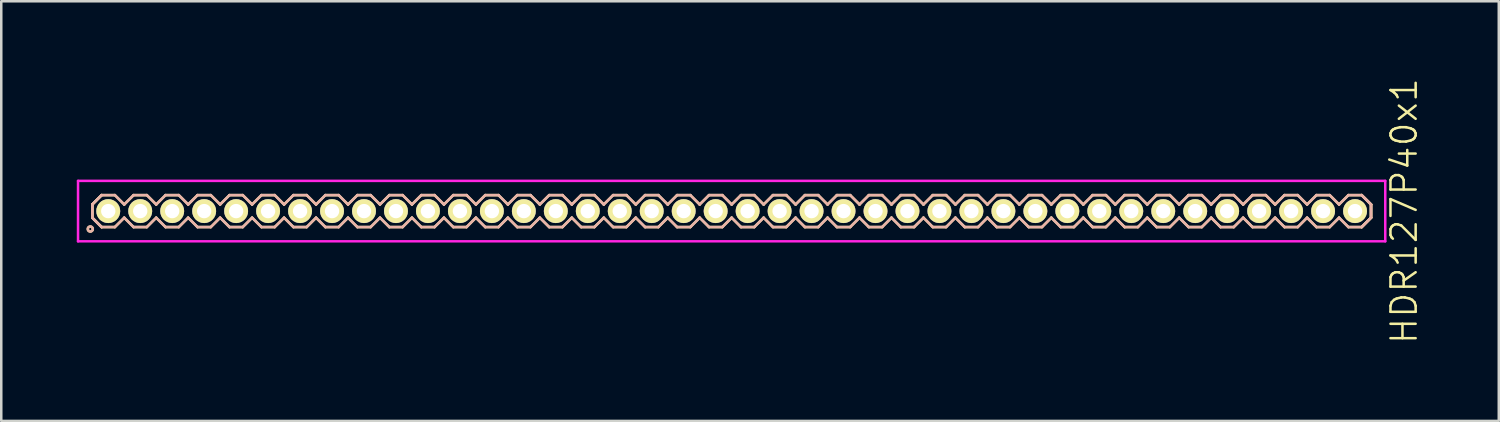
<source format=kicad_pcb>
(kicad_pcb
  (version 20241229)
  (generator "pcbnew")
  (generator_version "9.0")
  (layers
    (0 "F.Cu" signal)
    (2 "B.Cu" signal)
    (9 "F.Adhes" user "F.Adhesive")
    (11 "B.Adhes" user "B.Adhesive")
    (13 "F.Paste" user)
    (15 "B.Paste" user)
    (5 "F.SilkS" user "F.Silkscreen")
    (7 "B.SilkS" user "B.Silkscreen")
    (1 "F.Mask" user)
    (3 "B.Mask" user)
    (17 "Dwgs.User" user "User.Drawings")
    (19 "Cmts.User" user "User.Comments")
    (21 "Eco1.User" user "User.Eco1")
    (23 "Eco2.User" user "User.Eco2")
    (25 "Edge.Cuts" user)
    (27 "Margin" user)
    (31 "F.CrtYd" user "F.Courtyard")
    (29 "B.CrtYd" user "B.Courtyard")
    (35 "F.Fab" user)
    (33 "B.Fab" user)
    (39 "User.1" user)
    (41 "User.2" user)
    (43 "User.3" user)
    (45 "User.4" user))
  (footprint "HDR127P40x1"
    (layer "F.Cu")
    (at 26.015 5.336)
    (property "Reference" "HDR127P40x1" (at 26.715 0 90) (layer "F.SilkS") (effects (font (size 1 1) (thickness 0.1))))
    (attr through_hole)
    (fp_line (start -25.4 -0.263) (end -25.028 -0.635) (stroke (width 0.1) (type solid)) (layer "F.SilkS"))
    (fp_line (start -25.4 -0.263) (end -25.028 -0.635) (stroke (width 0.1) (type solid)) (layer "F.SilkS"))
    (fp_line (start -25.4 0.263) (end -25.4 -0.263) (stroke (width 0.1) (type solid)) (layer "F.SilkS"))
    (fp_line (start -25.4 0.263) (end -25.4 -0.263) (stroke (width 0.1) (type solid)) (layer "F.SilkS"))
    (fp_line (start -25.028 -0.635) (end -24.502 -0.635) (stroke (width 0.1) (type solid)) (layer "F.SilkS"))
    (fp_line (start -25.028 0.635) (end -25.4 0.263) (stroke (width 0.1) (type solid)) (layer "F.SilkS"))
    (fp_line (start -25.028 0.635) (end -25.4 0.263) (stroke (width 0.1) (type solid)) (layer "F.SilkS"))
    (fp_line (start -24.502 -0.635) (end -24.13 -0.263) (stroke (width 0.1) (type solid)) (layer "F.SilkS"))
    (fp_line (start -24.502 0.635) (end -25.028 0.635) (stroke (width 0.1) (type solid)) (layer "F.SilkS"))
    (fp_line (start -24.13 -0.263) (end -23.758 -0.635) (stroke (width 0.1) (type solid)) (layer "F.SilkS"))
    (fp_line (start -24.13 0.263) (end -24.502 0.635) (stroke (width 0.1) (type solid)) (layer "F.SilkS"))
    (fp_line (start -23.758 -0.635) (end -23.232 -0.635) (stroke (width 0.1) (type solid)) (layer "F.SilkS"))
    (fp_line (start -23.758 0.635) (end -24.13 0.263) (stroke (width 0.1) (type solid)) (layer "F.SilkS"))
    (fp_line (start -23.232 -0.635) (end -22.86 -0.263) (stroke (width 0.1) (type solid)) (layer "F.SilkS"))
    (fp_line (start -23.232 0.635) (end -23.758 0.635) (stroke (width 0.1) (type solid)) (layer "F.SilkS"))
    (fp_line (start -22.86 -0.263) (end -22.488 -0.635) (stroke (width 0.1) (type solid)) (layer "F.SilkS"))
    (fp_line (start -22.86 0.263) (end -23.232 0.635) (stroke (width 0.1) (type solid)) (layer "F.SilkS"))
    (fp_line (start -22.488 -0.635) (end -21.962 -0.635) (stroke (width 0.1) (type solid)) (layer "F.SilkS"))
    (fp_line (start -22.488 0.635) (end -22.86 0.263) (stroke (width 0.1) (type solid)) (layer "F.SilkS"))
    (fp_line (start -21.962 -0.635) (end -21.59 -0.263) (stroke (width 0.1) (type solid)) (layer "F.SilkS"))
    (fp_line (start -21.962 0.635) (end -22.488 0.635) (stroke (width 0.1) (type solid)) (layer "F.SilkS"))
    (fp_line (start -21.59 -0.263) (end -21.218 -0.635) (stroke (width 0.1) (type solid)) (layer "F.SilkS"))
    (fp_line (start -21.59 0.263) (end -21.962 0.635) (stroke (width 0.1) (type solid)) (layer "F.SilkS"))
    (fp_line (start -21.218 -0.635) (end -20.692 -0.635) (stroke (width 0.1) (type solid)) (layer "F.SilkS"))
    (fp_line (start -21.218 0.635) (end -21.59 0.263) (stroke (width 0.1) (type solid)) (layer "F.SilkS"))
    (fp_line (start -20.692 -0.635) (end -20.32 -0.263) (stroke (width 0.1) (type solid)) (layer "F.SilkS"))
    (fp_line (start -20.692 0.635) (end -21.218 0.635) (stroke (width 0.1) (type solid)) (layer "F.SilkS"))
    (fp_line (start -20.32 -0.263) (end -19.948 -0.635) (stroke (width 0.1) (type solid)) (layer "F.SilkS"))
    (fp_line (start -20.32 0.263) (end -20.692 0.635) (stroke (width 0.1) (type solid)) (layer "F.SilkS"))
    (fp_line (start -19.948 -0.635) (end -19.422 -0.635) (stroke (width 0.1) (type solid)) (layer "F.SilkS"))
    (fp_line (start -19.948 0.635) (end -20.32 0.263) (stroke (width 0.1) (type solid)) (layer "F.SilkS"))
    (fp_line (start -19.422 -0.635) (end -19.05 -0.263) (stroke (width 0.1) (type solid)) (layer "F.SilkS"))
    (fp_line (start -19.422 0.635) (end -19.948 0.635) (stroke (width 0.1) (type solid)) (layer "F.SilkS"))
    (fp_line (start -19.05 -0.263) (end -18.678 -0.635) (stroke (width 0.1) (type solid)) (layer "F.SilkS"))
    (fp_line (start -19.05 0.263) (end -19.422 0.635) (stroke (width 0.1) (type solid)) (layer "F.SilkS"))
    (fp_line (start -18.678 -0.635) (end -18.152 -0.635) (stroke (width 0.1) (type solid)) (layer "F.SilkS"))
    (fp_line (start -18.678 0.635) (end -19.05 0.263) (stroke (width 0.1) (type solid)) (layer "F.SilkS"))
    (fp_line (start -18.152 -0.635) (end -17.78 -0.263) (stroke (width 0.1) (type solid)) (layer "F.SilkS"))
    (fp_line (start -18.152 0.635) (end -18.678 0.635) (stroke (width 0.1) (type solid)) (layer "F.SilkS"))
    (fp_line (start -17.78 -0.263) (end -17.408 -0.635) (stroke (width 0.1) (type solid)) (layer "F.SilkS"))
    (fp_line (start -17.78 0.263) (end -18.152 0.635) (stroke (width 0.1) (type solid)) (layer "F.SilkS"))
    (fp_line (start -17.408 -0.635) (end -16.882 -0.635) (stroke (width 0.1) (type solid)) (layer "F.SilkS"))
    (fp_line (start -17.408 0.635) (end -17.78 0.263) (stroke (width 0.1) (type solid)) (layer "F.SilkS"))
    (fp_line (start -16.882 -0.635) (end -16.51 -0.263) (stroke (width 0.1) (type solid)) (layer "F.SilkS"))
    (fp_line (start -16.882 0.635) (end -17.408 0.635) (stroke (width 0.1) (type solid)) (layer "F.SilkS"))
    (fp_line (start -16.51 -0.263) (end -16.138 -0.635) (stroke (width 0.1) (type solid)) (layer "F.SilkS"))
    (fp_line (start -16.51 0.263) (end -16.882 0.635) (stroke (width 0.1) (type solid)) (layer "F.SilkS"))
    (fp_line (start -16.138 -0.635) (end -15.612 -0.635) (stroke (width 0.1) (type solid)) (layer "F.SilkS"))
    (fp_line (start -16.138 0.635) (end -16.51 0.263) (stroke (width 0.1) (type solid)) (layer "F.SilkS"))
    (fp_line (start -15.612 -0.635) (end -15.24 -0.263) (stroke (width 0.1) (type solid)) (layer "F.SilkS"))
    (fp_line (start -15.612 0.635) (end -16.138 0.635) (stroke (width 0.1) (type solid)) (layer "F.SilkS"))
    (fp_line (start -15.24 -0.263) (end -14.868 -0.635) (stroke (width 0.1) (type solid)) (layer "F.SilkS"))
    (fp_line (start -15.24 0.263) (end -15.612 0.635) (stroke (width 0.1) (type solid)) (layer "F.SilkS"))
    (fp_line (start -14.868 -0.635) (end -14.342 -0.635) (stroke (width 0.1) (type solid)) (layer "F.SilkS"))
    (fp_line (start -14.868 0.635) (end -15.24 0.263) (stroke (width 0.1) (type solid)) (layer "F.SilkS"))
    (fp_line (start -14.342 -0.635) (end -13.97 -0.263) (stroke (width 0.1) (type solid)) (layer "F.SilkS"))
    (fp_line (start -14.342 0.635) (end -14.868 0.635) (stroke (width 0.1) (type solid)) (layer "F.SilkS"))
    (fp_line (start -13.97 -0.263) (end -13.598 -0.635) (stroke (width 0.1) (type solid)) (layer "F.SilkS"))
    (fp_line (start -13.97 0.263) (end -14.342 0.635) (stroke (width 0.1) (type solid)) (layer "F.SilkS"))
    (fp_line (start -13.598 -0.635) (end -13.072 -0.635) (stroke (width 0.1) (type solid)) (layer "F.SilkS"))
    (fp_line (start -13.598 0.635) (end -13.97 0.263) (stroke (width 0.1) (type solid)) (layer "F.SilkS"))
    (fp_line (start -13.072 -0.635) (end -12.7 -0.263) (stroke (width 0.1) (type solid)) (layer "F.SilkS"))
    (fp_line (start -13.072 0.635) (end -13.598 0.635) (stroke (width 0.1) (type solid)) (layer "F.SilkS"))
    (fp_line (start -12.7 -0.263) (end -12.328 -0.635) (stroke (width 0.1) (type solid)) (layer "F.SilkS"))
    (fp_line (start -12.7 0.263) (end -13.072 0.635) (stroke (width 0.1) (type solid)) (layer "F.SilkS"))
    (fp_line (start -12.328 -0.635) (end -11.802 -0.635) (stroke (width 0.1) (type solid)) (layer "F.SilkS"))
    (fp_line (start -12.328 0.635) (end -12.7 0.263) (stroke (width 0.1) (type solid)) (layer "F.SilkS"))
    (fp_line (start -11.802 -0.635) (end -11.43 -0.263) (stroke (width 0.1) (type solid)) (layer "F.SilkS"))
    (fp_line (start -11.802 0.635) (end -12.328 0.635) (stroke (width 0.1) (type solid)) (layer "F.SilkS"))
    (fp_line (start -11.43 -0.263) (end -11.058 -0.635) (stroke (width 0.1) (type solid)) (layer "F.SilkS"))
    (fp_line (start -11.43 0.263) (end -11.802 0.635) (stroke (width 0.1) (type solid)) (layer "F.SilkS"))
    (fp_line (start -11.058 -0.635) (end -10.532 -0.635) (stroke (width 0.1) (type solid)) (layer "F.SilkS"))
    (fp_line (start -11.058 0.635) (end -11.43 0.263) (stroke (width 0.1) (type solid)) (layer "F.SilkS"))
    (fp_line (start -10.532 -0.635) (end -10.16 -0.263) (stroke (width 0.1) (type solid)) (layer "F.SilkS"))
    (fp_line (start -10.532 0.635) (end -11.058 0.635) (stroke (width 0.1) (type solid)) (layer "F.SilkS"))
    (fp_line (start -10.16 -0.263) (end -9.788 -0.635) (stroke (width 0.1) (type solid)) (layer "F.SilkS"))
    (fp_line (start -10.16 0.263) (end -10.532 0.635) (stroke (width 0.1) (type solid)) (layer "F.SilkS"))
    (fp_line (start -9.788 -0.635) (end -9.262 -0.635) (stroke (width 0.1) (type solid)) (layer "F.SilkS"))
    (fp_line (start -9.788 0.635) (end -10.16 0.263) (stroke (width 0.1) (type solid)) (layer "F.SilkS"))
    (fp_line (start -9.262 -0.635) (end -8.89 -0.263) (stroke (width 0.1) (type solid)) (layer "F.SilkS"))
    (fp_line (start -9.262 0.635) (end -9.788 0.635) (stroke (width 0.1) (type solid)) (layer "F.SilkS"))
    (fp_line (start -8.89 -0.263) (end -8.518 -0.635) (stroke (width 0.1) (type solid)) (layer "F.SilkS"))
    (fp_line (start -8.89 0.263) (end -9.262 0.635) (stroke (width 0.1) (type solid)) (layer "F.SilkS"))
    (fp_line (start -8.518 -0.635) (end -7.992 -0.635) (stroke (width 0.1) (type solid)) (layer "F.SilkS"))
    (fp_line (start -8.518 0.635) (end -8.89 0.263) (stroke (width 0.1) (type solid)) (layer "F.SilkS"))
    (fp_line (start -7.992 -0.635) (end -7.62 -0.263) (stroke (width 0.1) (type solid)) (layer "F.SilkS"))
    (fp_line (start -7.992 0.635) (end -8.518 0.635) (stroke (width 0.1) (type solid)) (layer "F.SilkS"))
    (fp_line (start -7.62 -0.263) (end -7.248 -0.635) (stroke (width 0.1) (type solid)) (layer "F.SilkS"))
    (fp_line (start -7.62 0.263) (end -7.992 0.635) (stroke (width 0.1) (type solid)) (layer "F.SilkS"))
    (fp_line (start -7.248 -0.635) (end -6.722 -0.635) (stroke (width 0.1) (type solid)) (layer "F.SilkS"))
    (fp_line (start -7.248 0.635) (end -7.62 0.263) (stroke (width 0.1) (type solid)) (layer "F.SilkS"))
    (fp_line (start -6.722 -0.635) (end -6.35 -0.263) (stroke (width 0.1) (type solid)) (layer "F.SilkS"))
    (fp_line (start -6.722 0.635) (end -7.248 0.635) (stroke (width 0.1) (type solid)) (layer "F.SilkS"))
    (fp_line (start -6.35 -0.263) (end -5.978 -0.635) (stroke (width 0.1) (type solid)) (layer "F.SilkS"))
    (fp_line (start -6.35 0.263) (end -6.722 0.635) (stroke (width 0.1) (type solid)) (layer "F.SilkS"))
    (fp_line (start -5.978 -0.635) (end -5.452 -0.635) (stroke (width 0.1) (type solid)) (layer "F.SilkS"))
    (fp_line (start -5.978 0.635) (end -6.35 0.263) (stroke (width 0.1) (type solid)) (layer "F.SilkS"))
    (fp_line (start -5.452 -0.635) (end -5.08 -0.263) (stroke (width 0.1) (type solid)) (layer "F.SilkS"))
    (fp_line (start -5.452 0.635) (end -5.978 0.635) (stroke (width 0.1) (type solid)) (layer "F.SilkS"))
    (fp_line (start -5.08 -0.263) (end -4.708 -0.635) (stroke (width 0.1) (type solid)) (layer "F.SilkS"))
    (fp_line (start -5.08 0.263) (end -5.452 0.635) (stroke (width 0.1) (type solid)) (layer "F.SilkS"))
    (fp_line (start -4.708 -0.635) (end -4.182 -0.635) (stroke (width 0.1) (type solid)) (layer "F.SilkS"))
    (fp_line (start -4.708 0.635) (end -5.08 0.263) (stroke (width 0.1) (type solid)) (layer "F.SilkS"))
    (fp_line (start -4.182 -0.635) (end -3.81 -0.263) (stroke (width 0.1) (type solid)) (layer "F.SilkS"))
    (fp_line (start -4.182 0.635) (end -4.708 0.635) (stroke (width 0.1) (type solid)) (layer "F.SilkS"))
    (fp_line (start -3.81 -0.263) (end -3.438 -0.635) (stroke (width 0.1) (type solid)) (layer "F.SilkS"))
    (fp_line (start -3.81 0.263) (end -4.182 0.635) (stroke (width 0.1) (type solid)) (layer "F.SilkS"))
    (fp_line (start -3.438 -0.635) (end -2.912 -0.635) (stroke (width 0.1) (type solid)) (layer "F.SilkS"))
    (fp_line (start -3.438 0.635) (end -3.81 0.263) (stroke (width 0.1) (type solid)) (layer "F.SilkS"))
    (fp_line (start -2.912 -0.635) (end -2.54 -0.263) (stroke (width 0.1) (type solid)) (layer "F.SilkS"))
    (fp_line (start -2.912 0.635) (end -3.438 0.635) (stroke (width 0.1) (type solid)) (layer "F.SilkS"))
    (fp_line (start -2.54 -0.263) (end -2.168 -0.635) (stroke (width 0.1) (type solid)) (layer "F.SilkS"))
    (fp_line (start -2.54 0.263) (end -2.912 0.635) (stroke (width 0.1) (type solid)) (layer "F.SilkS"))
    (fp_line (start -2.168 -0.635) (end -1.642 -0.635) (stroke (width 0.1) (type solid)) (layer "F.SilkS"))
    (fp_line (start -2.168 0.635) (end -2.54 0.263) (stroke (width 0.1) (type solid)) (layer "F.SilkS"))
    (fp_line (start -1.642 -0.635) (end -1.27 -0.263) (stroke (width 0.1) (type solid)) (layer "F.SilkS"))
    (fp_line (start -1.642 0.635) (end -2.168 0.635) (stroke (width 0.1) (type solid)) (layer "F.SilkS"))
    (fp_line (start -1.27 -0.263) (end -0.898 -0.635) (stroke (width 0.1) (type solid)) (layer "F.SilkS"))
    (fp_line (start -1.27 0.263) (end -1.642 0.635) (stroke (width 0.1) (type solid)) (layer "F.SilkS"))
    (fp_line (start -0.898 -0.635) (end -0.372 -0.635) (stroke (width 0.1) (type solid)) (layer "F.SilkS"))
    (fp_line (start -0.898 0.635) (end -1.27 0.263) (stroke (width 0.1) (type solid)) (layer "F.SilkS"))
    (fp_line (start -0.372 -0.635) (end 0 -0.263) (stroke (width 0.1) (type solid)) (layer "F.SilkS"))
    (fp_line (start -0.372 0.635) (end -0.898 0.635) (stroke (width 0.1) (type solid)) (layer "F.SilkS"))
    (fp_line (start 0 -0.263) (end 0.372 -0.635) (stroke (width 0.1) (type solid)) (layer "F.SilkS"))
    (fp_line (start 0 0.263) (end -0.372 0.635) (stroke (width 0.1) (type solid)) (layer "F.SilkS"))
    (fp_line (start 0.372 -0.635) (end 0.898 -0.635) (stroke (width 0.1) (type solid)) (layer "F.SilkS"))
    (fp_line (start 0.372 0.635) (end 0 0.263) (stroke (width 0.1) (type solid)) (layer "F.SilkS"))
    (fp_line (start 0.898 -0.635) (end 1.27 -0.263) (stroke (width 0.1) (type solid)) (layer "F.SilkS"))
    (fp_line (start 0.898 0.635) (end 0.372 0.635) (stroke (width 0.1) (type solid)) (layer "F.SilkS"))
    (fp_line (start 1.27 -0.263) (end 1.642 -0.635) (stroke (width 0.1) (type solid)) (layer "F.SilkS"))
    (fp_line (start 1.27 0.263) (end 0.898 0.635) (stroke (width 0.1) (type solid)) (layer "F.SilkS"))
    (fp_line (start 1.642 -0.635) (end 2.168 -0.635) (stroke (width 0.1) (type solid)) (layer "F.SilkS"))
    (fp_line (start 1.642 0.635) (end 1.27 0.263) (stroke (width 0.1) (type solid)) (layer "F.SilkS"))
    (fp_line (start 2.168 -0.635) (end 2.54 -0.263) (stroke (width 0.1) (type solid)) (layer "F.SilkS"))
    (fp_line (start 2.168 0.635) (end 1.642 0.635) (stroke (width 0.1) (type solid)) (layer "F.SilkS"))
    (fp_line (start 2.54 -0.263) (end 2.912 -0.635) (stroke (width 0.1) (type solid)) (layer "F.SilkS"))
    (fp_line (start 2.54 0.263) (end 2.168 0.635) (stroke (width 0.1) (type solid)) (layer "F.SilkS"))
    (fp_line (start 2.912 -0.635) (end 3.438 -0.635) (stroke (width 0.1) (type solid)) (layer "F.SilkS"))
    (fp_line (start 2.912 0.635) (end 2.54 0.263) (stroke (width 0.1) (type solid)) (layer "F.SilkS"))
    (fp_line (start 3.438 -0.635) (end 3.81 -0.263) (stroke (width 0.1) (type solid)) (layer "F.SilkS"))
    (fp_line (start 3.438 0.635) (end 2.912 0.635) (stroke (width 0.1) (type solid)) (layer "F.SilkS"))
    (fp_line (start 3.81 -0.263) (end 4.182 -0.635) (stroke (width 0.1) (type solid)) (layer "F.SilkS"))
    (fp_line (start 3.81 0.263) (end 3.438 0.635) (stroke (width 0.1) (type solid)) (layer "F.SilkS"))
    (fp_line (start 4.182 -0.635) (end 4.708 -0.635) (stroke (width 0.1) (type solid)) (layer "F.SilkS"))
    (fp_line (start 4.182 0.635) (end 3.81 0.263) (stroke (width 0.1) (type solid)) (layer "F.SilkS"))
    (fp_line (start 4.708 -0.635) (end 5.08 -0.263) (stroke (width 0.1) (type solid)) (layer "F.SilkS"))
    (fp_line (start 4.708 0.635) (end 4.182 0.635) (stroke (width 0.1) (type solid)) (layer "F.SilkS"))
    (fp_line (start 5.08 -0.263) (end 5.452 -0.635) (stroke (width 0.1) (type solid)) (layer "F.SilkS"))
    (fp_line (start 5.08 0.263) (end 4.708 0.635) (stroke (width 0.1) (type solid)) (layer "F.SilkS"))
    (fp_line (start 5.452 -0.635) (end 5.978 -0.635) (stroke (width 0.1) (type solid)) (layer "F.SilkS"))
    (fp_line (start 5.452 0.635) (end 5.08 0.263) (stroke (width 0.1) (type solid)) (layer "F.SilkS"))
    (fp_line (start 5.978 -0.635) (end 6.35 -0.263) (stroke (width 0.1) (type solid)) (layer "F.SilkS"))
    (fp_line (start 5.978 0.635) (end 5.452 0.635) (stroke (width 0.1) (type solid)) (layer "F.SilkS"))
    (fp_line (start 6.35 -0.263) (end 6.722 -0.635) (stroke (width 0.1) (type solid)) (layer "F.SilkS"))
    (fp_line (start 6.35 0.263) (end 5.978 0.635) (stroke (width 0.1) (type solid)) (layer "F.SilkS"))
    (fp_line (start 6.722 -0.635) (end 7.248 -0.635) (stroke (width 0.1) (type solid)) (layer "F.SilkS"))
    (fp_line (start 6.722 0.635) (end 6.35 0.263) (stroke (width 0.1) (type solid)) (layer "F.SilkS"))
    (fp_line (start 7.248 -0.635) (end 7.62 -0.263) (stroke (width 0.1) (type solid)) (layer "F.SilkS"))
    (fp_line (start 7.248 0.635) (end 6.722 0.635) (stroke (width 0.1) (type solid)) (layer "F.SilkS"))
    (fp_line (start 7.62 -0.263) (end 7.992 -0.635) (stroke (width 0.1) (type solid)) (layer "F.SilkS"))
    (fp_line (start 7.62 0.263) (end 7.248 0.635) (stroke (width 0.1) (type solid)) (layer "F.SilkS"))
    (fp_line (start 7.992 -0.635) (end 8.518 -0.635) (stroke (width 0.1) (type solid)) (layer "F.SilkS"))
    (fp_line (start 7.992 0.635) (end 7.62 0.263) (stroke (width 0.1) (type solid)) (layer "F.SilkS"))
    (fp_line (start 8.518 -0.635) (end 8.89 -0.263) (stroke (width 0.1) (type solid)) (layer "F.SilkS"))
    (fp_line (start 8.518 0.635) (end 7.992 0.635) (stroke (width 0.1) (type solid)) (layer "F.SilkS"))
    (fp_line (start 8.89 -0.263) (end 9.262 -0.635) (stroke (width 0.1) (type solid)) (layer "F.SilkS"))
    (fp_line (start 8.89 0.263) (end 8.518 0.635) (stroke (width 0.1) (type solid)) (layer "F.SilkS"))
    (fp_line (start 9.262 -0.635) (end 9.788 -0.635) (stroke (width 0.1) (type solid)) (layer "F.SilkS"))
    (fp_line (start 9.262 0.635) (end 8.89 0.263) (stroke (width 0.1) (type solid)) (layer "F.SilkS"))
    (fp_line (start 9.788 -0.635) (end 10.16 -0.263) (stroke (width 0.1) (type solid)) (layer "F.SilkS"))
    (fp_line (start 9.788 0.635) (end 9.262 0.635) (stroke (width 0.1) (type solid)) (layer "F.SilkS"))
    (fp_line (start 10.16 -0.263) (end 10.532 -0.635) (stroke (width 0.1) (type solid)) (layer "F.SilkS"))
    (fp_line (start 10.16 0.263) (end 9.788 0.635) (stroke (width 0.1) (type solid)) (layer "F.SilkS"))
    (fp_line (start 10.532 -0.635) (end 11.058 -0.635) (stroke (width 0.1) (type solid)) (layer "F.SilkS"))
    (fp_line (start 10.532 0.635) (end 10.16 0.263) (stroke (width 0.1) (type solid)) (layer "F.SilkS"))
    (fp_line (start 11.058 -0.635) (end 11.43 -0.263) (stroke (width 0.1) (type solid)) (layer "F.SilkS"))
    (fp_line (start 11.058 0.635) (end 10.532 0.635) (stroke (width 0.1) (type solid)) (layer "F.SilkS"))
    (fp_line (start 11.43 -0.263) (end 11.802 -0.635) (stroke (width 0.1) (type solid)) (layer "F.SilkS"))
    (fp_line (start 11.43 0.263) (end 11.058 0.635) (stroke (width 0.1) (type solid)) (layer "F.SilkS"))
    (fp_line (start 11.802 -0.635) (end 12.328 -0.635) (stroke (width 0.1) (type solid)) (layer "F.SilkS"))
    (fp_line (start 11.802 0.635) (end 11.43 0.263) (stroke (width 0.1) (type solid)) (layer "F.SilkS"))
    (fp_line (start 12.328 -0.635) (end 12.7 -0.263) (stroke (width 0.1) (type solid)) (layer "F.SilkS"))
    (fp_line (start 12.328 0.635) (end 11.802 0.635) (stroke (width 0.1) (type solid)) (layer "F.SilkS"))
    (fp_line (start 12.7 -0.263) (end 13.072 -0.635) (stroke (width 0.1) (type solid)) (layer "F.SilkS"))
    (fp_line (start 12.7 0.263) (end 12.328 0.635) (stroke (width 0.1) (type solid)) (layer "F.SilkS"))
    (fp_line (start 13.072 -0.635) (end 13.598 -0.635) (stroke (width 0.1) (type solid)) (layer "F.SilkS"))
    (fp_line (start 13.072 0.635) (end 12.7 0.263) (stroke (width 0.1) (type solid)) (layer "F.SilkS"))
    (fp_line (start 13.598 -0.635) (end 13.97 -0.263) (stroke (width 0.1) (type solid)) (layer "F.SilkS"))
    (fp_line (start 13.598 0.635) (end 13.072 0.635) (stroke (width 0.1) (type solid)) (layer "F.SilkS"))
    (fp_line (start 13.97 -0.263) (end 14.342 -0.635) (stroke (width 0.1) (type solid)) (layer "F.SilkS"))
    (fp_line (start 13.97 0.263) (end 13.598 0.635) (stroke (width 0.1) (type solid)) (layer "F.SilkS"))
    (fp_line (start 14.342 -0.635) (end 14.868 -0.635) (stroke (width 0.1) (type solid)) (layer "F.SilkS"))
    (fp_line (start 14.342 0.635) (end 13.97 0.263) (stroke (width 0.1) (type solid)) (layer "F.SilkS"))
    (fp_line (start 14.868 -0.635) (end 15.24 -0.263) (stroke (width 0.1) (type solid)) (layer "F.SilkS"))
    (fp_line (start 14.868 0.635) (end 14.342 0.635) (stroke (width 0.1) (type solid)) (layer "F.SilkS"))
    (fp_line (start 15.24 -0.263) (end 15.612 -0.635) (stroke (width 0.1) (type solid)) (layer "F.SilkS"))
    (fp_line (start 15.24 0.263) (end 14.868 0.635) (stroke (width 0.1) (type solid)) (layer "F.SilkS"))
    (fp_line (start 15.612 -0.635) (end 16.138 -0.635) (stroke (width 0.1) (type solid)) (layer "F.SilkS"))
    (fp_line (start 15.612 0.635) (end 15.24 0.263) (stroke (width 0.1) (type solid)) (layer "F.SilkS"))
    (fp_line (start 16.138 -0.635) (end 16.51 -0.263) (stroke (width 0.1) (type solid)) (layer "F.SilkS"))
    (fp_line (start 16.138 0.635) (end 15.612 0.635) (stroke (width 0.1) (type solid)) (layer "F.SilkS"))
    (fp_line (start 16.51 -0.263) (end 16.882 -0.635) (stroke (width 0.1) (type solid)) (layer "F.SilkS"))
    (fp_line (start 16.51 0.263) (end 16.138 0.635) (stroke (width 0.1) (type solid)) (layer "F.SilkS"))
    (fp_line (start 16.882 -0.635) (end 17.408 -0.635) (stroke (width 0.1) (type solid)) (layer "F.SilkS"))
    (fp_line (start 16.882 0.635) (end 16.51 0.263) (stroke (width 0.1) (type solid)) (layer "F.SilkS"))
    (fp_line (start 17.408 -0.635) (end 17.78 -0.263) (stroke (width 0.1) (type solid)) (layer "F.SilkS"))
    (fp_line (start 17.408 0.635) (end 16.882 0.635) (stroke (width 0.1) (type solid)) (layer "F.SilkS"))
    (fp_line (start 17.78 -0.263) (end 18.152 -0.635) (stroke (width 0.1) (type solid)) (layer "F.SilkS"))
    (fp_line (start 17.78 0.263) (end 17.408 0.635) (stroke (width 0.1) (type solid)) (layer "F.SilkS"))
    (fp_line (start 18.152 -0.635) (end 18.678 -0.635) (stroke (width 0.1) (type solid)) (layer "F.SilkS"))
    (fp_line (start 18.152 0.635) (end 17.78 0.263) (stroke (width 0.1) (type solid)) (layer "F.SilkS"))
    (fp_line (start 18.678 -0.635) (end 19.05 -0.263) (stroke (width 0.1) (type solid)) (layer "F.SilkS"))
    (fp_line (start 18.678 0.635) (end 18.152 0.635) (stroke (width 0.1) (type solid)) (layer "F.SilkS"))
    (fp_line (start 19.05 -0.263) (end 19.422 -0.635) (stroke (width 0.1) (type solid)) (layer "F.SilkS"))
    (fp_line (start 19.05 0.263) (end 18.678 0.635) (stroke (width 0.1) (type solid)) (layer "F.SilkS"))
    (fp_line (start 19.422 -0.635) (end 19.948 -0.635) (stroke (width 0.1) (type solid)) (layer "F.SilkS"))
    (fp_line (start 19.422 0.635) (end 19.05 0.263) (stroke (width 0.1) (type solid)) (layer "F.SilkS"))
    (fp_line (start 19.948 -0.635) (end 20.32 -0.263) (stroke (width 0.1) (type solid)) (layer "F.SilkS"))
    (fp_line (start 19.948 0.635) (end 19.422 0.635) (stroke (width 0.1) (type solid)) (layer "F.SilkS"))
    (fp_line (start 20.32 -0.263) (end 20.692 -0.635) (stroke (width 0.1) (type solid)) (layer "F.SilkS"))
    (fp_line (start 20.32 0.263) (end 19.948 0.635) (stroke (width 0.1) (type solid)) (layer "F.SilkS"))
    (fp_line (start 20.692 -0.635) (end 21.218 -0.635) (stroke (width 0.1) (type solid)) (layer "F.SilkS"))
    (fp_line (start 20.692 0.635) (end 20.32 0.263) (stroke (width 0.1) (type solid)) (layer "F.SilkS"))
    (fp_line (start 21.218 -0.635) (end 21.59 -0.263) (stroke (width 0.1) (type solid)) (layer "F.SilkS"))
    (fp_line (start 21.218 0.635) (end 20.692 0.635) (stroke (width 0.1) (type solid)) (layer "F.SilkS"))
    (fp_line (start 21.59 -0.263) (end 21.962 -0.635) (stroke (width 0.1) (type solid)) (layer "F.SilkS"))
    (fp_line (start 21.59 0.263) (end 21.218 0.635) (stroke (width 0.1) (type solid)) (layer "F.SilkS"))
    (fp_line (start 21.962 -0.635) (end 22.488 -0.635) (stroke (width 0.1) (type solid)) (layer "F.SilkS"))
    (fp_line (start 21.962 0.635) (end 21.59 0.263) (stroke (width 0.1) (type solid)) (layer "F.SilkS"))
    (fp_line (start 22.488 -0.635) (end 22.86 -0.263) (stroke (width 0.1) (type solid)) (layer "F.SilkS"))
    (fp_line (start 22.488 0.635) (end 21.962 0.635) (stroke (width 0.1) (type solid)) (layer "F.SilkS"))
    (fp_line (start 22.86 -0.263) (end 23.232 -0.635) (stroke (width 0.1) (type solid)) (layer "F.SilkS"))
    (fp_line (start 22.86 0.263) (end 22.488 0.635) (stroke (width 0.1) (type solid)) (layer "F.SilkS"))
    (fp_line (start 23.232 -0.635) (end 23.758 -0.635) (stroke (width 0.1) (type solid)) (layer "F.SilkS"))
    (fp_line (start 23.232 0.635) (end 22.86 0.263) (stroke (width 0.1) (type solid)) (layer "F.SilkS"))
    (fp_line (start 23.758 -0.635) (end 24.13 -0.263) (stroke (width 0.1) (type solid)) (layer "F.SilkS"))
    (fp_line (start 23.758 0.635) (end 23.232 0.635) (stroke (width 0.1) (type solid)) (layer "F.SilkS"))
    (fp_line (start 24.13 -0.263) (end 24.502 -0.635) (stroke (width 0.1) (type solid)) (layer "F.SilkS"))
    (fp_line (start 24.13 0.263) (end 23.758 0.635) (stroke (width 0.1) (type solid)) (layer "F.SilkS"))
    (fp_line (start 24.502 -0.635) (end 25.028 -0.635) (stroke (width 0.1) (type solid)) (layer "F.SilkS"))
    (fp_line (start 24.502 0.635) (end 24.13 0.263) (stroke (width 0.1) (type solid)) (layer "F.SilkS"))
    (fp_line (start 25.028 -0.635) (end 25.4 -0.263) (stroke (width 0.1) (type solid)) (layer "F.SilkS"))
    (fp_line (start 25.028 -0.635) (end 25.4 -0.263) (stroke (width 0.1) (type solid)) (layer "F.SilkS"))
    (fp_line (start 25.028 0.635) (end 24.502 0.635) (stroke (width 0.1) (type solid)) (layer "F.SilkS"))
    (fp_line (start 25.4 -0.263) (end 25.4 0.263) (stroke (width 0.1) (type solid)) (layer "F.SilkS"))
    (fp_line (start 25.4 -0.263) (end 25.4 0.263) (stroke (width 0.1) (type solid)) (layer "F.SilkS"))
    (fp_line (start 25.4 0.263) (end 25.028 0.635) (stroke (width 0.1) (type solid)) (layer "F.SilkS"))
    (fp_line (start 25.4 0.263) (end 25.028 0.635) (stroke (width 0.1) (type solid)) (layer "F.SilkS"))
    (fp_circle (center -25.478 0.712) (end -25.378 0.712) (stroke (width 0.1) (type solid)) (fill no) (layer "F.SilkS"))
    (fp_line (start -25.4 -0.263) (end -25.028 -0.635) (stroke (width 0.1) (type solid)) (layer "B.SilkS"))
    (fp_line (start -25.4 -0.263) (end -25.028 -0.635) (stroke (width 0.1) (type solid)) (layer "B.SilkS"))
    (fp_line (start -25.4 0.263) (end -25.4 -0.263) (stroke (width 0.1) (type solid)) (layer "B.SilkS"))
    (fp_line (start -25.4 0.263) (end -25.4 -0.263) (stroke (width 0.1) (type solid)) (layer "B.SilkS"))
    (fp_line (start -25.028 -0.635) (end -24.502 -0.635) (stroke (width 0.1) (type solid)) (layer "B.SilkS"))
    (fp_line (start -25.028 0.635) (end -25.4 0.263) (stroke (width 0.1) (type solid)) (layer "B.SilkS"))
    (fp_line (start -25.028 0.635) (end -25.4 0.263) (stroke (width 0.1) (type solid)) (layer "B.SilkS"))
    (fp_line (start -24.502 -0.635) (end -24.13 -0.263) (stroke (width 0.1) (type solid)) (layer "B.SilkS"))
    (fp_line (start -24.502 0.635) (end -25.028 0.635) (stroke (width 0.1) (type solid)) (layer "B.SilkS"))
    (fp_line (start -24.13 -0.263) (end -23.758 -0.635) (stroke (width 0.1) (type solid)) (layer "B.SilkS"))
    (fp_line (start -24.13 0.263) (end -24.502 0.635) (stroke (width 0.1) (type solid)) (layer "B.SilkS"))
    (fp_line (start -23.758 -0.635) (end -23.232 -0.635) (stroke (width 0.1) (type solid)) (layer "B.SilkS"))
    (fp_line (start -23.758 0.635) (end -24.13 0.263) (stroke (width 0.1) (type solid)) (layer "B.SilkS"))
    (fp_line (start -23.232 -0.635) (end -22.86 -0.263) (stroke (width 0.1) (type solid)) (layer "B.SilkS"))
    (fp_line (start -23.232 0.635) (end -23.758 0.635) (stroke (width 0.1) (type solid)) (layer "B.SilkS"))
    (fp_line (start -22.86 -0.263) (end -22.488 -0.635) (stroke (width 0.1) (type solid)) (layer "B.SilkS"))
    (fp_line (start -22.86 0.263) (end -23.232 0.635) (stroke (width 0.1) (type solid)) (layer "B.SilkS"))
    (fp_line (start -22.488 -0.635) (end -21.962 -0.635) (stroke (width 0.1) (type solid)) (layer "B.SilkS"))
    (fp_line (start -22.488 0.635) (end -22.86 0.263) (stroke (width 0.1) (type solid)) (layer "B.SilkS"))
    (fp_line (start -21.962 -0.635) (end -21.59 -0.263) (stroke (width 0.1) (type solid)) (layer "B.SilkS"))
    (fp_line (start -21.962 0.635) (end -22.488 0.635) (stroke (width 0.1) (type solid)) (layer "B.SilkS"))
    (fp_line (start -21.59 -0.263) (end -21.218 -0.635) (stroke (width 0.1) (type solid)) (layer "B.SilkS"))
    (fp_line (start -21.59 0.263) (end -21.962 0.635) (stroke (width 0.1) (type solid)) (layer "B.SilkS"))
    (fp_line (start -21.218 -0.635) (end -20.692 -0.635) (stroke (width 0.1) (type solid)) (layer "B.SilkS"))
    (fp_line (start -21.218 0.635) (end -21.59 0.263) (stroke (width 0.1) (type solid)) (layer "B.SilkS"))
    (fp_line (start -20.692 -0.635) (end -20.32 -0.263) (stroke (width 0.1) (type solid)) (layer "B.SilkS"))
    (fp_line (start -20.692 0.635) (end -21.218 0.635) (stroke (width 0.1) (type solid)) (layer "B.SilkS"))
    (fp_line (start -20.32 -0.263) (end -19.948 -0.635) (stroke (width 0.1) (type solid)) (layer "B.SilkS"))
    (fp_line (start -20.32 0.263) (end -20.692 0.635) (stroke (width 0.1) (type solid)) (layer "B.SilkS"))
    (fp_line (start -19.948 -0.635) (end -19.422 -0.635) (stroke (width 0.1) (type solid)) (layer "B.SilkS"))
    (fp_line (start -19.948 0.635) (end -20.32 0.263) (stroke (width 0.1) (type solid)) (layer "B.SilkS"))
    (fp_line (start -19.422 -0.635) (end -19.05 -0.263) (stroke (width 0.1) (type solid)) (layer "B.SilkS"))
    (fp_line (start -19.422 0.635) (end -19.948 0.635) (stroke (width 0.1) (type solid)) (layer "B.SilkS"))
    (fp_line (start -19.05 -0.263) (end -18.678 -0.635) (stroke (width 0.1) (type solid)) (layer "B.SilkS"))
    (fp_line (start -19.05 0.263) (end -19.422 0.635) (stroke (width 0.1) (type solid)) (layer "B.SilkS"))
    (fp_line (start -18.678 -0.635) (end -18.152 -0.635) (stroke (width 0.1) (type solid)) (layer "B.SilkS"))
    (fp_line (start -18.678 0.635) (end -19.05 0.263) (stroke (width 0.1) (type solid)) (layer "B.SilkS"))
    (fp_line (start -18.152 -0.635) (end -17.78 -0.263) (stroke (width 0.1) (type solid)) (layer "B.SilkS"))
    (fp_line (start -18.152 0.635) (end -18.678 0.635) (stroke (width 0.1) (type solid)) (layer "B.SilkS"))
    (fp_line (start -17.78 -0.263) (end -17.408 -0.635) (stroke (width 0.1) (type solid)) (layer "B.SilkS"))
    (fp_line (start -17.78 0.263) (end -18.152 0.635) (stroke (width 0.1) (type solid)) (layer "B.SilkS"))
    (fp_line (start -17.408 -0.635) (end -16.882 -0.635) (stroke (width 0.1) (type solid)) (layer "B.SilkS"))
    (fp_line (start -17.408 0.635) (end -17.78 0.263) (stroke (width 0.1) (type solid)) (layer "B.SilkS"))
    (fp_line (start -16.882 -0.635) (end -16.51 -0.263) (stroke (width 0.1) (type solid)) (layer "B.SilkS"))
    (fp_line (start -16.882 0.635) (end -17.408 0.635) (stroke (width 0.1) (type solid)) (layer "B.SilkS"))
    (fp_line (start -16.51 -0.263) (end -16.138 -0.635) (stroke (width 0.1) (type solid)) (layer "B.SilkS"))
    (fp_line (start -16.51 0.263) (end -16.882 0.635) (stroke (width 0.1) (type solid)) (layer "B.SilkS"))
    (fp_line (start -16.138 -0.635) (end -15.612 -0.635) (stroke (width 0.1) (type solid)) (layer "B.SilkS"))
    (fp_line (start -16.138 0.635) (end -16.51 0.263) (stroke (width 0.1) (type solid)) (layer "B.SilkS"))
    (fp_line (start -15.612 -0.635) (end -15.24 -0.263) (stroke (width 0.1) (type solid)) (layer "B.SilkS"))
    (fp_line (start -15.612 0.635) (end -16.138 0.635) (stroke (width 0.1) (type solid)) (layer "B.SilkS"))
    (fp_line (start -15.24 -0.263) (end -14.868 -0.635) (stroke (width 0.1) (type solid)) (layer "B.SilkS"))
    (fp_line (start -15.24 0.263) (end -15.612 0.635) (stroke (width 0.1) (type solid)) (layer "B.SilkS"))
    (fp_line (start -14.868 -0.635) (end -14.342 -0.635) (stroke (width 0.1) (type solid)) (layer "B.SilkS"))
    (fp_line (start -14.868 0.635) (end -15.24 0.263) (stroke (width 0.1) (type solid)) (layer "B.SilkS"))
    (fp_line (start -14.342 -0.635) (end -13.97 -0.263) (stroke (width 0.1) (type solid)) (layer "B.SilkS"))
    (fp_line (start -14.342 0.635) (end -14.868 0.635) (stroke (width 0.1) (type solid)) (layer "B.SilkS"))
    (fp_line (start -13.97 -0.263) (end -13.598 -0.635) (stroke (width 0.1) (type solid)) (layer "B.SilkS"))
    (fp_line (start -13.97 0.263) (end -14.342 0.635) (stroke (width 0.1) (type solid)) (layer "B.SilkS"))
    (fp_line (start -13.598 -0.635) (end -13.072 -0.635) (stroke (width 0.1) (type solid)) (layer "B.SilkS"))
    (fp_line (start -13.598 0.635) (end -13.97 0.263) (stroke (width 0.1) (type solid)) (layer "B.SilkS"))
    (fp_line (start -13.072 -0.635) (end -12.7 -0.263) (stroke (width 0.1) (type solid)) (layer "B.SilkS"))
    (fp_line (start -13.072 0.635) (end -13.598 0.635) (stroke (width 0.1) (type solid)) (layer "B.SilkS"))
    (fp_line (start -12.7 -0.263) (end -12.328 -0.635) (stroke (width 0.1) (type solid)) (layer "B.SilkS"))
    (fp_line (start -12.7 0.263) (end -13.072 0.635) (stroke (width 0.1) (type solid)) (layer "B.SilkS"))
    (fp_line (start -12.328 -0.635) (end -11.802 -0.635) (stroke (width 0.1) (type solid)) (layer "B.SilkS"))
    (fp_line (start -12.328 0.635) (end -12.7 0.263) (stroke (width 0.1) (type solid)) (layer "B.SilkS"))
    (fp_line (start -11.802 -0.635) (end -11.43 -0.263) (stroke (width 0.1) (type solid)) (layer "B.SilkS"))
    (fp_line (start -11.802 0.635) (end -12.328 0.635) (stroke (width 0.1) (type solid)) (layer "B.SilkS"))
    (fp_line (start -11.43 -0.263) (end -11.058 -0.635) (stroke (width 0.1) (type solid)) (layer "B.SilkS"))
    (fp_line (start -11.43 0.263) (end -11.802 0.635) (stroke (width 0.1) (type solid)) (layer "B.SilkS"))
    (fp_line (start -11.058 -0.635) (end -10.532 -0.635) (stroke (width 0.1) (type solid)) (layer "B.SilkS"))
    (fp_line (start -11.058 0.635) (end -11.43 0.263) (stroke (width 0.1) (type solid)) (layer "B.SilkS"))
    (fp_line (start -10.532 -0.635) (end -10.16 -0.263) (stroke (width 0.1) (type solid)) (layer "B.SilkS"))
    (fp_line (start -10.532 0.635) (end -11.058 0.635) (stroke (width 0.1) (type solid)) (layer "B.SilkS"))
    (fp_line (start -10.16 -0.263) (end -9.788 -0.635) (stroke (width 0.1) (type solid)) (layer "B.SilkS"))
    (fp_line (start -10.16 0.263) (end -10.532 0.635) (stroke (width 0.1) (type solid)) (layer "B.SilkS"))
    (fp_line (start -9.788 -0.635) (end -9.262 -0.635) (stroke (width 0.1) (type solid)) (layer "B.SilkS"))
    (fp_line (start -9.788 0.635) (end -10.16 0.263) (stroke (width 0.1) (type solid)) (layer "B.SilkS"))
    (fp_line (start -9.262 -0.635) (end -8.89 -0.263) (stroke (width 0.1) (type solid)) (layer "B.SilkS"))
    (fp_line (start -9.262 0.635) (end -9.788 0.635) (stroke (width 0.1) (type solid)) (layer "B.SilkS"))
    (fp_line (start -8.89 -0.263) (end -8.518 -0.635) (stroke (width 0.1) (type solid)) (layer "B.SilkS"))
    (fp_line (start -8.89 0.263) (end -9.262 0.635) (stroke (width 0.1) (type solid)) (layer "B.SilkS"))
    (fp_line (start -8.518 -0.635) (end -7.992 -0.635) (stroke (width 0.1) (type solid)) (layer "B.SilkS"))
    (fp_line (start -8.518 0.635) (end -8.89 0.263) (stroke (width 0.1) (type solid)) (layer "B.SilkS"))
    (fp_line (start -7.992 -0.635) (end -7.62 -0.263) (stroke (width 0.1) (type solid)) (layer "B.SilkS"))
    (fp_line (start -7.992 0.635) (end -8.518 0.635) (stroke (width 0.1) (type solid)) (layer "B.SilkS"))
    (fp_line (start -7.62 -0.263) (end -7.248 -0.635) (stroke (width 0.1) (type solid)) (layer "B.SilkS"))
    (fp_line (start -7.62 0.263) (end -7.992 0.635) (stroke (width 0.1) (type solid)) (layer "B.SilkS"))
    (fp_line (start -7.248 -0.635) (end -6.722 -0.635) (stroke (width 0.1) (type solid)) (layer "B.SilkS"))
    (fp_line (start -7.248 0.635) (end -7.62 0.263) (stroke (width 0.1) (type solid)) (layer "B.SilkS"))
    (fp_line (start -6.722 -0.635) (end -6.35 -0.263) (stroke (width 0.1) (type solid)) (layer "B.SilkS"))
    (fp_line (start -6.722 0.635) (end -7.248 0.635) (stroke (width 0.1) (type solid)) (layer "B.SilkS"))
    (fp_line (start -6.35 -0.263) (end -5.978 -0.635) (stroke (width 0.1) (type solid)) (layer "B.SilkS"))
    (fp_line (start -6.35 0.263) (end -6.722 0.635) (stroke (width 0.1) (type solid)) (layer "B.SilkS"))
    (fp_line (start -5.978 -0.635) (end -5.452 -0.635) (stroke (width 0.1) (type solid)) (layer "B.SilkS"))
    (fp_line (start -5.978 0.635) (end -6.35 0.263) (stroke (width 0.1) (type solid)) (layer "B.SilkS"))
    (fp_line (start -5.452 -0.635) (end -5.08 -0.263) (stroke (width 0.1) (type solid)) (layer "B.SilkS"))
    (fp_line (start -5.452 0.635) (end -5.978 0.635) (stroke (width 0.1) (type solid)) (layer "B.SilkS"))
    (fp_line (start -5.08 -0.263) (end -4.708 -0.635) (stroke (width 0.1) (type solid)) (layer "B.SilkS"))
    (fp_line (start -5.08 0.263) (end -5.452 0.635) (stroke (width 0.1) (type solid)) (layer "B.SilkS"))
    (fp_line (start -4.708 -0.635) (end -4.182 -0.635) (stroke (width 0.1) (type solid)) (layer "B.SilkS"))
    (fp_line (start -4.708 0.635) (end -5.08 0.263) (stroke (width 0.1) (type solid)) (layer "B.SilkS"))
    (fp_line (start -4.182 -0.635) (end -3.81 -0.263) (stroke (width 0.1) (type solid)) (layer "B.SilkS"))
    (fp_line (start -4.182 0.635) (end -4.708 0.635) (stroke (width 0.1) (type solid)) (layer "B.SilkS"))
    (fp_line (start -3.81 -0.263) (end -3.438 -0.635) (stroke (width 0.1) (type solid)) (layer "B.SilkS"))
    (fp_line (start -3.81 0.263) (end -4.182 0.635) (stroke (width 0.1) (type solid)) (layer "B.SilkS"))
    (fp_line (start -3.438 -0.635) (end -2.912 -0.635) (stroke (width 0.1) (type solid)) (layer "B.SilkS"))
    (fp_line (start -3.438 0.635) (end -3.81 0.263) (stroke (width 0.1) (type solid)) (layer "B.SilkS"))
    (fp_line (start -2.912 -0.635) (end -2.54 -0.263) (stroke (width 0.1) (type solid)) (layer "B.SilkS"))
    (fp_line (start -2.912 0.635) (end -3.438 0.635) (stroke (width 0.1) (type solid)) (layer "B.SilkS"))
    (fp_line (start -2.54 -0.263) (end -2.168 -0.635) (stroke (width 0.1) (type solid)) (layer "B.SilkS"))
    (fp_line (start -2.54 0.263) (end -2.912 0.635) (stroke (width 0.1) (type solid)) (layer "B.SilkS"))
    (fp_line (start -2.168 -0.635) (end -1.642 -0.635) (stroke (width 0.1) (type solid)) (layer "B.SilkS"))
    (fp_line (start -2.168 0.635) (end -2.54 0.263) (stroke (width 0.1) (type solid)) (layer "B.SilkS"))
    (fp_line (start -1.642 -0.635) (end -1.27 -0.263) (stroke (width 0.1) (type solid)) (layer "B.SilkS"))
    (fp_line (start -1.642 0.635) (end -2.168 0.635) (stroke (width 0.1) (type solid)) (layer "B.SilkS"))
    (fp_line (start -1.27 -0.263) (end -0.898 -0.635) (stroke (width 0.1) (type solid)) (layer "B.SilkS"))
    (fp_line (start -1.27 0.263) (end -1.642 0.635) (stroke (width 0.1) (type solid)) (layer "B.SilkS"))
    (fp_line (start -0.898 -0.635) (end -0.372 -0.635) (stroke (width 0.1) (type solid)) (layer "B.SilkS"))
    (fp_line (start -0.898 0.635) (end -1.27 0.263) (stroke (width 0.1) (type solid)) (layer "B.SilkS"))
    (fp_line (start -0.372 -0.635) (end 0 -0.263) (stroke (width 0.1) (type solid)) (layer "B.SilkS"))
    (fp_line (start -0.372 0.635) (end -0.898 0.635) (stroke (width 0.1) (type solid)) (layer "B.SilkS"))
    (fp_line (start 0 -0.263) (end 0.372 -0.635) (stroke (width 0.1) (type solid)) (layer "B.SilkS"))
    (fp_line (start 0 0.263) (end -0.372 0.635) (stroke (width 0.1) (type solid)) (layer "B.SilkS"))
    (fp_line (start 0.372 -0.635) (end 0.898 -0.635) (stroke (width 0.1) (type solid)) (layer "B.SilkS"))
    (fp_line (start 0.372 0.635) (end 0 0.263) (stroke (width 0.1) (type solid)) (layer "B.SilkS"))
    (fp_line (start 0.898 -0.635) (end 1.27 -0.263) (stroke (width 0.1) (type solid)) (layer "B.SilkS"))
    (fp_line (start 0.898 0.635) (end 0.372 0.635) (stroke (width 0.1) (type solid)) (layer "B.SilkS"))
    (fp_line (start 1.27 -0.263) (end 1.642 -0.635) (stroke (width 0.1) (type solid)) (layer "B.SilkS"))
    (fp_line (start 1.27 0.263) (end 0.898 0.635) (stroke (width 0.1) (type solid)) (layer "B.SilkS"))
    (fp_line (start 1.642 -0.635) (end 2.168 -0.635) (stroke (width 0.1) (type solid)) (layer "B.SilkS"))
    (fp_line (start 1.642 0.635) (end 1.27 0.263) (stroke (width 0.1) (type solid)) (layer "B.SilkS"))
    (fp_line (start 2.168 -0.635) (end 2.54 -0.263) (stroke (width 0.1) (type solid)) (layer "B.SilkS"))
    (fp_line (start 2.168 0.635) (end 1.642 0.635) (stroke (width 0.1) (type solid)) (layer "B.SilkS"))
    (fp_line (start 2.54 -0.263) (end 2.912 -0.635) (stroke (width 0.1) (type solid)) (layer "B.SilkS"))
    (fp_line (start 2.54 0.263) (end 2.168 0.635) (stroke (width 0.1) (type solid)) (layer "B.SilkS"))
    (fp_line (start 2.912 -0.635) (end 3.438 -0.635) (stroke (width 0.1) (type solid)) (layer "B.SilkS"))
    (fp_line (start 2.912 0.635) (end 2.54 0.263) (stroke (width 0.1) (type solid)) (layer "B.SilkS"))
    (fp_line (start 3.438 -0.635) (end 3.81 -0.263) (stroke (width 0.1) (type solid)) (layer "B.SilkS"))
    (fp_line (start 3.438 0.635) (end 2.912 0.635) (stroke (width 0.1) (type solid)) (layer "B.SilkS"))
    (fp_line (start 3.81 -0.263) (end 4.182 -0.635) (stroke (width 0.1) (type solid)) (layer "B.SilkS"))
    (fp_line (start 3.81 0.263) (end 3.438 0.635) (stroke (width 0.1) (type solid)) (layer "B.SilkS"))
    (fp_line (start 4.182 -0.635) (end 4.708 -0.635) (stroke (width 0.1) (type solid)) (layer "B.SilkS"))
    (fp_line (start 4.182 0.635) (end 3.81 0.263) (stroke (width 0.1) (type solid)) (layer "B.SilkS"))
    (fp_line (start 4.708 -0.635) (end 5.08 -0.263) (stroke (width 0.1) (type solid)) (layer "B.SilkS"))
    (fp_line (start 4.708 0.635) (end 4.182 0.635) (stroke (width 0.1) (type solid)) (layer "B.SilkS"))
    (fp_line (start 5.08 -0.263) (end 5.452 -0.635) (stroke (width 0.1) (type solid)) (layer "B.SilkS"))
    (fp_line (start 5.08 0.263) (end 4.708 0.635) (stroke (width 0.1) (type solid)) (layer "B.SilkS"))
    (fp_line (start 5.452 -0.635) (end 5.978 -0.635) (stroke (width 0.1) (type solid)) (layer "B.SilkS"))
    (fp_line (start 5.452 0.635) (end 5.08 0.263) (stroke (width 0.1) (type solid)) (layer "B.SilkS"))
    (fp_line (start 5.978 -0.635) (end 6.35 -0.263) (stroke (width 0.1) (type solid)) (layer "B.SilkS"))
    (fp_line (start 5.978 0.635) (end 5.452 0.635) (stroke (width 0.1) (type solid)) (layer "B.SilkS"))
    (fp_line (start 6.35 -0.263) (end 6.722 -0.635) (stroke (width 0.1) (type solid)) (layer "B.SilkS"))
    (fp_line (start 6.35 0.263) (end 5.978 0.635) (stroke (width 0.1) (type solid)) (layer "B.SilkS"))
    (fp_line (start 6.722 -0.635) (end 7.248 -0.635) (stroke (width 0.1) (type solid)) (layer "B.SilkS"))
    (fp_line (start 6.722 0.635) (end 6.35 0.263) (stroke (width 0.1) (type solid)) (layer "B.SilkS"))
    (fp_line (start 7.248 -0.635) (end 7.62 -0.263) (stroke (width 0.1) (type solid)) (layer "B.SilkS"))
    (fp_line (start 7.248 0.635) (end 6.722 0.635) (stroke (width 0.1) (type solid)) (layer "B.SilkS"))
    (fp_line (start 7.62 -0.263) (end 7.992 -0.635) (stroke (width 0.1) (type solid)) (layer "B.SilkS"))
    (fp_line (start 7.62 0.263) (end 7.248 0.635) (stroke (width 0.1) (type solid)) (layer "B.SilkS"))
    (fp_line (start 7.992 -0.635) (end 8.518 -0.635) (stroke (width 0.1) (type solid)) (layer "B.SilkS"))
    (fp_line (start 7.992 0.635) (end 7.62 0.263) (stroke (width 0.1) (type solid)) (layer "B.SilkS"))
    (fp_line (start 8.518 -0.635) (end 8.89 -0.263) (stroke (width 0.1) (type solid)) (layer "B.SilkS"))
    (fp_line (start 8.518 0.635) (end 7.992 0.635) (stroke (width 0.1) (type solid)) (layer "B.SilkS"))
    (fp_line (start 8.89 -0.263) (end 9.262 -0.635) (stroke (width 0.1) (type solid)) (layer "B.SilkS"))
    (fp_line (start 8.89 0.263) (end 8.518 0.635) (stroke (width 0.1) (type solid)) (layer "B.SilkS"))
    (fp_line (start 9.262 -0.635) (end 9.788 -0.635) (stroke (width 0.1) (type solid)) (layer "B.SilkS"))
    (fp_line (start 9.262 0.635) (end 8.89 0.263) (stroke (width 0.1) (type solid)) (layer "B.SilkS"))
    (fp_line (start 9.788 -0.635) (end 10.16 -0.263) (stroke (width 0.1) (type solid)) (layer "B.SilkS"))
    (fp_line (start 9.788 0.635) (end 9.262 0.635) (stroke (width 0.1) (type solid)) (layer "B.SilkS"))
    (fp_line (start 10.16 -0.263) (end 10.532 -0.635) (stroke (width 0.1) (type solid)) (layer "B.SilkS"))
    (fp_line (start 10.16 0.263) (end 9.788 0.635) (stroke (width 0.1) (type solid)) (layer "B.SilkS"))
    (fp_line (start 10.532 -0.635) (end 11.058 -0.635) (stroke (width 0.1) (type solid)) (layer "B.SilkS"))
    (fp_line (start 10.532 0.635) (end 10.16 0.263) (stroke (width 0.1) (type solid)) (layer "B.SilkS"))
    (fp_line (start 11.058 -0.635) (end 11.43 -0.263) (stroke (width 0.1) (type solid)) (layer "B.SilkS"))
    (fp_line (start 11.058 0.635) (end 10.532 0.635) (stroke (width 0.1) (type solid)) (layer "B.SilkS"))
    (fp_line (start 11.43 -0.263) (end 11.802 -0.635) (stroke (width 0.1) (type solid)) (layer "B.SilkS"))
    (fp_line (start 11.43 0.263) (end 11.058 0.635) (stroke (width 0.1) (type solid)) (layer "B.SilkS"))
    (fp_line (start 11.802 -0.635) (end 12.328 -0.635) (stroke (width 0.1) (type solid)) (layer "B.SilkS"))
    (fp_line (start 11.802 0.635) (end 11.43 0.263) (stroke (width 0.1) (type solid)) (layer "B.SilkS"))
    (fp_line (start 12.328 -0.635) (end 12.7 -0.263) (stroke (width 0.1) (type solid)) (layer "B.SilkS"))
    (fp_line (start 12.328 0.635) (end 11.802 0.635) (stroke (width 0.1) (type solid)) (layer "B.SilkS"))
    (fp_line (start 12.7 -0.263) (end 13.072 -0.635) (stroke (width 0.1) (type solid)) (layer "B.SilkS"))
    (fp_line (start 12.7 0.263) (end 12.328 0.635) (stroke (width 0.1) (type solid)) (layer "B.SilkS"))
    (fp_line (start 13.072 -0.635) (end 13.598 -0.635) (stroke (width 0.1) (type solid)) (layer "B.SilkS"))
    (fp_line (start 13.072 0.635) (end 12.7 0.263) (stroke (width 0.1) (type solid)) (layer "B.SilkS"))
    (fp_line (start 13.598 -0.635) (end 13.97 -0.263) (stroke (width 0.1) (type solid)) (layer "B.SilkS"))
    (fp_line (start 13.598 0.635) (end 13.072 0.635) (stroke (width 0.1) (type solid)) (layer "B.SilkS"))
    (fp_line (start 13.97 -0.263) (end 14.342 -0.635) (stroke (width 0.1) (type solid)) (layer "B.SilkS"))
    (fp_line (start 13.97 0.263) (end 13.598 0.635) (stroke (width 0.1) (type solid)) (layer "B.SilkS"))
    (fp_line (start 14.342 -0.635) (end 14.868 -0.635) (stroke (width 0.1) (type solid)) (layer "B.SilkS"))
    (fp_line (start 14.342 0.635) (end 13.97 0.263) (stroke (width 0.1) (type solid)) (layer "B.SilkS"))
    (fp_line (start 14.868 -0.635) (end 15.24 -0.263) (stroke (width 0.1) (type solid)) (layer "B.SilkS"))
    (fp_line (start 14.868 0.635) (end 14.342 0.635) (stroke (width 0.1) (type solid)) (layer "B.SilkS"))
    (fp_line (start 15.24 -0.263) (end 15.612 -0.635) (stroke (width 0.1) (type solid)) (layer "B.SilkS"))
    (fp_line (start 15.24 0.263) (end 14.868 0.635) (stroke (width 0.1) (type solid)) (layer "B.SilkS"))
    (fp_line (start 15.612 -0.635) (end 16.138 -0.635) (stroke (width 0.1) (type solid)) (layer "B.SilkS"))
    (fp_line (start 15.612 0.635) (end 15.24 0.263) (stroke (width 0.1) (type solid)) (layer "B.SilkS"))
    (fp_line (start 16.138 -0.635) (end 16.51 -0.263) (stroke (width 0.1) (type solid)) (layer "B.SilkS"))
    (fp_line (start 16.138 0.635) (end 15.612 0.635) (stroke (width 0.1) (type solid)) (layer "B.SilkS"))
    (fp_line (start 16.51 -0.263) (end 16.882 -0.635) (stroke (width 0.1) (type solid)) (layer "B.SilkS"))
    (fp_line (start 16.51 0.263) (end 16.138 0.635) (stroke (width 0.1) (type solid)) (layer "B.SilkS"))
    (fp_line (start 16.882 -0.635) (end 17.408 -0.635) (stroke (width 0.1) (type solid)) (layer "B.SilkS"))
    (fp_line (start 16.882 0.635) (end 16.51 0.263) (stroke (width 0.1) (type solid)) (layer "B.SilkS"))
    (fp_line (start 17.408 -0.635) (end 17.78 -0.263) (stroke (width 0.1) (type solid)) (layer "B.SilkS"))
    (fp_line (start 17.408 0.635) (end 16.882 0.635) (stroke (width 0.1) (type solid)) (layer "B.SilkS"))
    (fp_line (start 17.78 -0.263) (end 18.152 -0.635) (stroke (width 0.1) (type solid)) (layer "B.SilkS"))
    (fp_line (start 17.78 0.263) (end 17.408 0.635) (stroke (width 0.1) (type solid)) (layer "B.SilkS"))
    (fp_line (start 18.152 -0.635) (end 18.678 -0.635) (stroke (width 0.1) (type solid)) (layer "B.SilkS"))
    (fp_line (start 18.152 0.635) (end 17.78 0.263) (stroke (width 0.1) (type solid)) (layer "B.SilkS"))
    (fp_line (start 18.678 -0.635) (end 19.05 -0.263) (stroke (width 0.1) (type solid)) (layer "B.SilkS"))
    (fp_line (start 18.678 0.635) (end 18.152 0.635) (stroke (width 0.1) (type solid)) (layer "B.SilkS"))
    (fp_line (start 19.05 -0.263) (end 19.422 -0.635) (stroke (width 0.1) (type solid)) (layer "B.SilkS"))
    (fp_line (start 19.05 0.263) (end 18.678 0.635) (stroke (width 0.1) (type solid)) (layer "B.SilkS"))
    (fp_line (start 19.422 -0.635) (end 19.948 -0.635) (stroke (width 0.1) (type solid)) (layer "B.SilkS"))
    (fp_line (start 19.422 0.635) (end 19.05 0.263) (stroke (width 0.1) (type solid)) (layer "B.SilkS"))
    (fp_line (start 19.948 -0.635) (end 20.32 -0.263) (stroke (width 0.1) (type solid)) (layer "B.SilkS"))
    (fp_line (start 19.948 0.635) (end 19.422 0.635) (stroke (width 0.1) (type solid)) (layer "B.SilkS"))
    (fp_line (start 20.32 -0.263) (end 20.692 -0.635) (stroke (width 0.1) (type solid)) (layer "B.SilkS"))
    (fp_line (start 20.32 0.263) (end 19.948 0.635) (stroke (width 0.1) (type solid)) (layer "B.SilkS"))
    (fp_line (start 20.692 -0.635) (end 21.218 -0.635) (stroke (width 0.1) (type solid)) (layer "B.SilkS"))
    (fp_line (start 20.692 0.635) (end 20.32 0.263) (stroke (width 0.1) (type solid)) (layer "B.SilkS"))
    (fp_line (start 21.218 -0.635) (end 21.59 -0.263) (stroke (width 0.1) (type solid)) (layer "B.SilkS"))
    (fp_line (start 21.218 0.635) (end 20.692 0.635) (stroke (width 0.1) (type solid)) (layer "B.SilkS"))
    (fp_line (start 21.59 -0.263) (end 21.962 -0.635) (stroke (width 0.1) (type solid)) (layer "B.SilkS"))
    (fp_line (start 21.59 0.263) (end 21.218 0.635) (stroke (width 0.1) (type solid)) (layer "B.SilkS"))
    (fp_line (start 21.962 -0.635) (end 22.488 -0.635) (stroke (width 0.1) (type solid)) (layer "B.SilkS"))
    (fp_line (start 21.962 0.635) (end 21.59 0.263) (stroke (width 0.1) (type solid)) (layer "B.SilkS"))
    (fp_line (start 22.488 -0.635) (end 22.86 -0.263) (stroke (width 0.1) (type solid)) (layer "B.SilkS"))
    (fp_line (start 22.488 0.635) (end 21.962 0.635) (stroke (width 0.1) (type solid)) (layer "B.SilkS"))
    (fp_line (start 22.86 -0.263) (end 23.232 -0.635) (stroke (width 0.1) (type solid)) (layer "B.SilkS"))
    (fp_line (start 22.86 0.263) (end 22.488 0.635) (stroke (width 0.1) (type solid)) (layer "B.SilkS"))
    (fp_line (start 23.232 -0.635) (end 23.758 -0.635) (stroke (width 0.1) (type solid)) (layer "B.SilkS"))
    (fp_line (start 23.232 0.635) (end 22.86 0.263) (stroke (width 0.1) (type solid)) (layer "B.SilkS"))
    (fp_line (start 23.758 -0.635) (end 24.13 -0.263) (stroke (width 0.1) (type solid)) (layer "B.SilkS"))
    (fp_line (start 23.758 0.635) (end 23.232 0.635) (stroke (width 0.1) (type solid)) (layer "B.SilkS"))
    (fp_line (start 24.13 -0.263) (end 24.502 -0.635) (stroke (width 0.1) (type solid)) (layer "B.SilkS"))
    (fp_line (start 24.13 0.263) (end 23.758 0.635) (stroke (width 0.1) (type solid)) (layer "B.SilkS"))
    (fp_line (start 24.502 -0.635) (end 25.028 -0.635) (stroke (width 0.1) (type solid)) (layer "B.SilkS"))
    (fp_line (start 24.502 0.635) (end 24.13 0.263) (stroke (width 0.1) (type solid)) (layer "B.SilkS"))
    (fp_line (start 25.028 -0.635) (end 25.4 -0.263) (stroke (width 0.1) (type solid)) (layer "B.SilkS"))
    (fp_line (start 25.028 -0.635) (end 25.4 -0.263) (stroke (width 0.1) (type solid)) (layer "B.SilkS"))
    (fp_line (start 25.028 0.635) (end 24.502 0.635) (stroke (width 0.1) (type solid)) (layer "B.SilkS"))
    (fp_line (start 25.4 -0.263) (end 25.4 0.263) (stroke (width 0.1) (type solid)) (layer "B.SilkS"))
    (fp_line (start 25.4 -0.263) (end 25.4 0.263) (stroke (width 0.1) (type solid)) (layer "B.SilkS"))
    (fp_line (start 25.4 0.263) (end 25.028 0.635) (stroke (width 0.1) (type solid)) (layer "B.SilkS"))
    (fp_line (start 25.4 0.263) (end 25.028 0.635) (stroke (width 0.1) (type solid)) (layer "B.SilkS"))
    (fp_circle (center -25.478 0.712) (end -25.378 0.712) (stroke (width 0.1) (type solid)) (fill no) (layer "B.SilkS"))
    (fp_line (start -25.965 -1.2) (end -25.965 1.2) (stroke (width 0.1) (type solid)) (layer "F.CrtYd"))
    (fp_line (start -25.965 1.2) (end 25.965 1.2) (stroke (width 0.1) (type solid)) (layer "F.CrtYd"))
    (fp_line (start 25.965 -1.2) (end -25.965 -1.2) (stroke (width 0.1) (type solid)) (layer "F.CrtYd"))
    (fp_line (start 25.965 1.2) (end 25.965 -1.2) (stroke (width 0.1) (type solid)) (layer "F.CrtYd"))
    (pad "1" thru_hole oval (at -24.765 0) (size 0.95 0.95) (drill 0.57) (layers "*.Cu" "*.Mask" "F.SilkS"))
    (pad "2" thru_hole oval (at -23.495 0) (size 0.95 0.95) (drill 0.57) (layers "*.Cu" "*.Mask" "F.SilkS"))
    (pad "3" thru_hole oval (at -22.225 0) (size 0.95 0.95) (drill 0.57) (layers "*.Cu" "*.Mask" "F.SilkS"))
    (pad "4" thru_hole oval (at -20.955 0) (size 0.95 0.95) (drill 0.57) (layers "*.Cu" "*.Mask" "F.SilkS"))
    (pad "5" thru_hole oval (at -19.685 0) (size 0.95 0.95) (drill 0.57) (layers "*.Cu" "*.Mask" "F.SilkS"))
    (pad "6" thru_hole oval (at -18.415 0) (size 0.95 0.95) (drill 0.57) (layers "*.Cu" "*.Mask" "F.SilkS"))
    (pad "7" thru_hole oval (at -17.145 0) (size 0.95 0.95) (drill 0.57) (layers "*.Cu" "*.Mask" "F.SilkS"))
    (pad "8" thru_hole oval (at -15.875 0) (size 0.95 0.95) (drill 0.57) (layers "*.Cu" "*.Mask" "F.SilkS"))
    (pad "9" thru_hole oval (at -14.605 0) (size 0.95 0.95) (drill 0.57) (layers "*.Cu" "*.Mask" "F.SilkS"))
    (pad "10" thru_hole oval (at -13.335 0) (size 0.95 0.95) (drill 0.57) (layers "*.Cu" "*.Mask" "F.SilkS"))
    (pad "11" thru_hole oval (at -12.065 0) (size 0.95 0.95) (drill 0.57) (layers "*.Cu" "*.Mask" "F.SilkS"))
    (pad "12" thru_hole oval (at -10.795 0) (size 0.95 0.95) (drill 0.57) (layers "*.Cu" "*.Mask" "F.SilkS"))
    (pad "13" thru_hole oval (at -9.525 0) (size 0.95 0.95) (drill 0.57) (layers "*.Cu" "*.Mask" "F.SilkS"))
    (pad "14" thru_hole oval (at -8.255 0) (size 0.95 0.95) (drill 0.57) (layers "*.Cu" "*.Mask" "F.SilkS"))
    (pad "15" thru_hole oval (at -6.985 0) (size 0.95 0.95) (drill 0.57) (layers "*.Cu" "*.Mask" "F.SilkS"))
    (pad "16" thru_hole oval (at -5.715 0) (size 0.95 0.95) (drill 0.57) (layers "*.Cu" "*.Mask" "F.SilkS"))
    (pad "17" thru_hole oval (at -4.445 0) (size 0.95 0.95) (drill 0.57) (layers "*.Cu" "*.Mask" "F.SilkS"))
    (pad "18" thru_hole oval (at -3.175 0) (size 0.95 0.95) (drill 0.57) (layers "*.Cu" "*.Mask" "F.SilkS"))
    (pad "19" thru_hole oval (at -1.905 0) (size 0.95 0.95) (drill 0.57) (layers "*.Cu" "*.Mask" "F.SilkS"))
    (pad "20" thru_hole oval (at -0.635 0) (size 0.95 0.95) (drill 0.57) (layers "*.Cu" "*.Mask" "F.SilkS"))
    (pad "21" thru_hole oval (at 0.635 0) (size 0.95 0.95) (drill 0.57) (layers "*.Cu" "*.Mask" "F.SilkS"))
    (pad "22" thru_hole oval (at 1.905 0) (size 0.95 0.95) (drill 0.57) (layers "*.Cu" "*.Mask" "F.SilkS"))
    (pad "23" thru_hole oval (at 3.175 0) (size 0.95 0.95) (drill 0.57) (layers "*.Cu" "*.Mask" "F.SilkS"))
    (pad "24" thru_hole oval (at 4.445 0) (size 0.95 0.95) (drill 0.57) (layers "*.Cu" "*.Mask" "F.SilkS"))
    (pad "25" thru_hole oval (at 5.715 0) (size 0.95 0.95) (drill 0.57) (layers "*.Cu" "*.Mask" "F.SilkS"))
    (pad "26" thru_hole oval (at 6.985 0) (size 0.95 0.95) (drill 0.57) (layers "*.Cu" "*.Mask" "F.SilkS"))
    (pad "27" thru_hole oval (at 8.255 0) (size 0.95 0.95) (drill 0.57) (layers "*.Cu" "*.Mask" "F.SilkS"))
    (pad "28" thru_hole oval (at 9.525 0) (size 0.95 0.95) (drill 0.57) (layers "*.Cu" "*.Mask" "F.SilkS"))
    (pad "29" thru_hole oval (at 10.795 0) (size 0.95 0.95) (drill 0.57) (layers "*.Cu" "*.Mask" "F.SilkS"))
    (pad "30" thru_hole oval (at 12.065 0) (size 0.95 0.95) (drill 0.57) (layers "*.Cu" "*.Mask" "F.SilkS"))
    (pad "31" thru_hole oval (at 13.335 0) (size 0.95 0.95) (drill 0.57) (layers "*.Cu" "*.Mask" "F.SilkS"))
    (pad "32" thru_hole oval (at 14.605 0) (size 0.95 0.95) (drill 0.57) (layers "*.Cu" "*.Mask" "F.SilkS"))
    (pad "33" thru_hole oval (at 15.875 0) (size 0.95 0.95) (drill 0.57) (layers "*.Cu" "*.Mask" "F.SilkS"))
    (pad "34" thru_hole oval (at 17.145 0) (size 0.95 0.95) (drill 0.57) (layers "*.Cu" "*.Mask" "F.SilkS"))
    (pad "35" thru_hole oval (at 18.415 0) (size 0.95 0.95) (drill 0.57) (layers "*.Cu" "*.Mask" "F.SilkS"))
    (pad "36" thru_hole oval (at 19.685 0) (size 0.95 0.95) (drill 0.57) (layers "*.Cu" "*.Mask" "F.SilkS"))
    (pad "37" thru_hole oval (at 20.955 0) (size 0.95 0.95) (drill 0.57) (layers "*.Cu" "*.Mask" "F.SilkS"))
    (pad "38" thru_hole oval (at 22.225 0) (size 0.95 0.95) (drill 0.57) (layers "*.Cu" "*.Mask" "F.SilkS"))
    (pad "39" thru_hole oval (at 23.495 0) (size 0.95 0.95) (drill 0.57) (layers "*.Cu" "*.Mask" "F.SilkS"))
    (pad "40" thru_hole oval (at 24.765 0) (size 0.95 0.95) (drill 0.57) (layers "*.Cu" "*.Mask" "F.SilkS")))
  (gr_rect
    (start -3 -3)
    (end 56.49 13.671)
    (stroke (width 0.1) (type default))
    (fill no)
    (layer "Edge.Cuts")))
</source>
